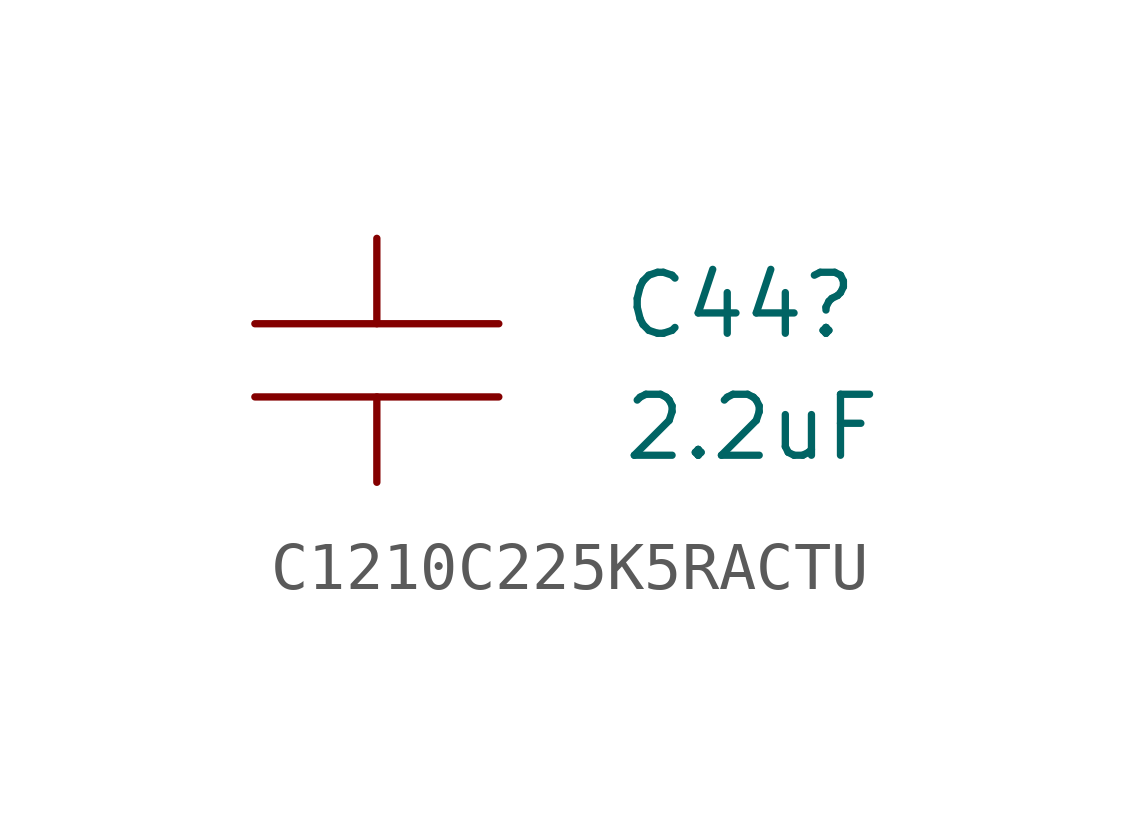
<source format=kicad_sym>
(kicad_symbol_lib
  (version 20220914)
  (generator kicad_symbol_editor)
  (symbol "C1210C225K5RACTU"
    (pin_numbers hide)
    (pin_names
      (offset 1.016) hide)
    (property "Reference" "C44"
      (at 5.08 -1.397 0)
      (effects (font (size 1.27 1.27)) (justify left)))
    (property "Value" "2.2uF"
      (at 5.08 -3.937 0)
      (effects (font (size 1.27 1.27)) (justify left)))
    (symbol "C1210C225K5RACTU_1_1"
      (polyline (pts (xy 2.54 -3.302) (xy -2.54 -3.302)) (stroke (width 0) (type solid)) (fill (type none)))
      (polyline (pts (xy 2.54 -1.778) (xy -2.54 -1.778)) (stroke (width 0) (type solid)) (fill (type none)))
      (pin passive line (at 0 0 270) (length 1.778) (name "1" (effects (font (size 0 0)))) (number "1" (effects (font (size 1.016 1.016)))))
      (pin passive line (at 0 -5.08 90) (length 1.778) (name "2" (effects (font (size 0 0)))) (number "2" (effects (font (size 1.016 1.016))))))))
</source>
